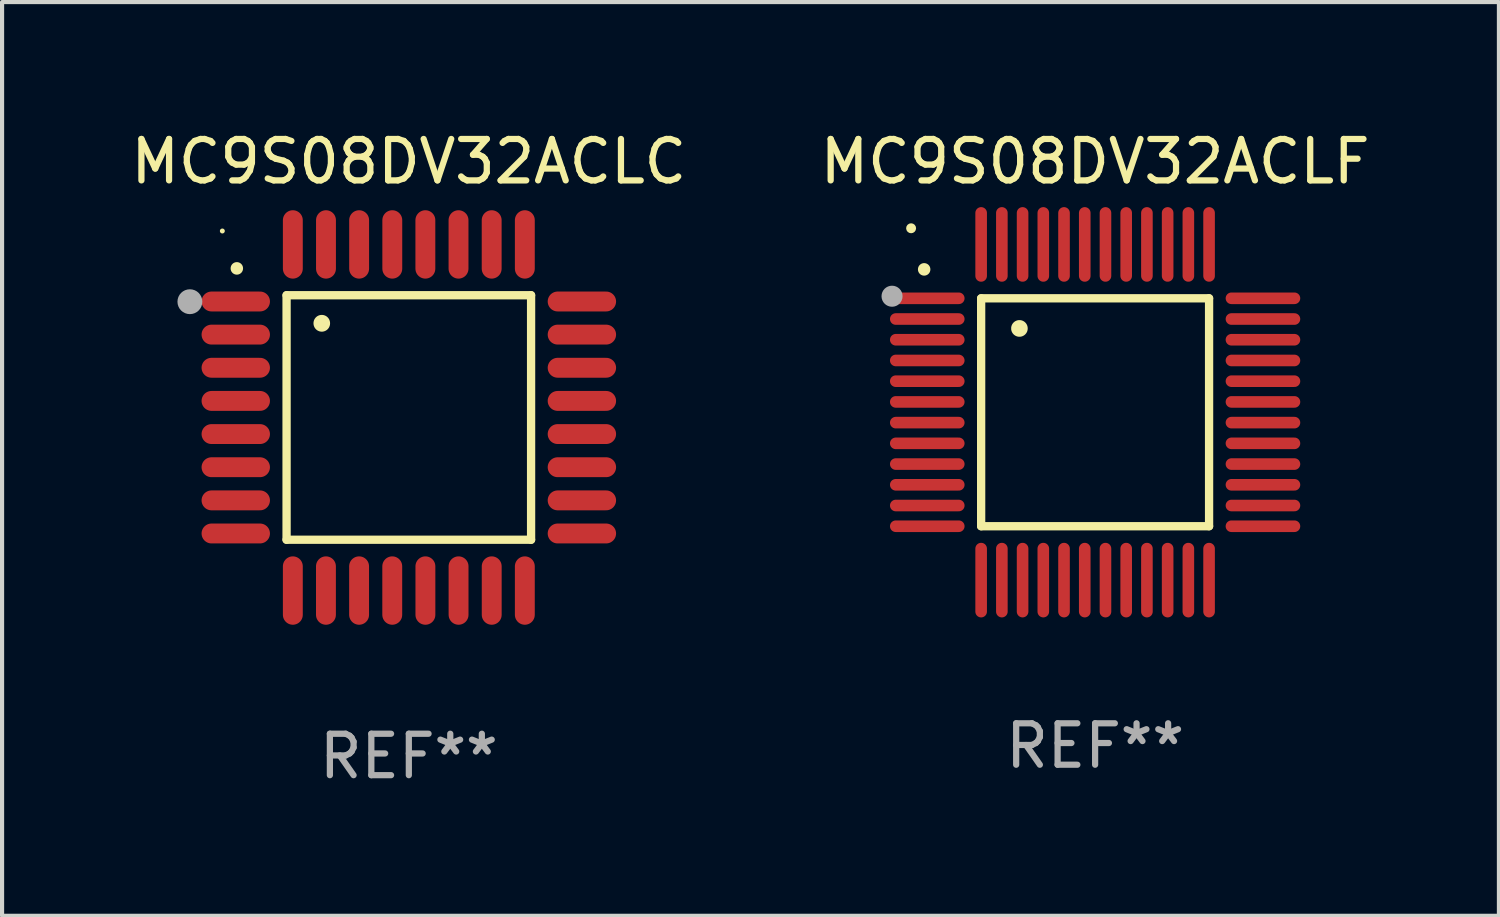
<source format=kicad_pcb>
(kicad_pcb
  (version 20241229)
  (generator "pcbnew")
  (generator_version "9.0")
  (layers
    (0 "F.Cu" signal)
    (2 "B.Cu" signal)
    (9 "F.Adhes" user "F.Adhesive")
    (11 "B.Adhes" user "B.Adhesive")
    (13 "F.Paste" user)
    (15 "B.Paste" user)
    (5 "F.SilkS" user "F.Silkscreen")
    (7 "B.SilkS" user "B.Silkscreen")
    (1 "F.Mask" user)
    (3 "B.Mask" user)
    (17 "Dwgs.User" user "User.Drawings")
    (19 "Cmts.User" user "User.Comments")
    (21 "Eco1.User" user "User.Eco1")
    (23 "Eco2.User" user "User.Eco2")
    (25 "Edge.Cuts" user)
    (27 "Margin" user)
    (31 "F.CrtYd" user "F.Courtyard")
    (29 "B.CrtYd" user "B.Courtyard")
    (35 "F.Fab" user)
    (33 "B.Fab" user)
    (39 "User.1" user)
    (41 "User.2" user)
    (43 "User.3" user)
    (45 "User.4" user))
  (footprint "MC9S08DV32ACLC"
    (layer "F.Cu")
    (at 6.815 7.024)
    (property "Reference" "MC9S08DV32ACLC" (at 0 -6.176 0) (layer "F.SilkS") (effects (font (size 1 1) (thickness 0.15))))
    (attr through_hole)
    (fp_line (start -2.95 -2.95) (end -2.95 2.95) (stroke (width 0.2) (type solid)) (layer "F.SilkS"))
    (fp_line (start -2.95 2.95) (end 2.95 2.95) (stroke (width 0.2) (type solid)) (layer "F.SilkS"))
    (fp_line (start 2.95 -2.95) (end -2.95 -2.95) (stroke (width 0.2) (type solid)) (layer "F.SilkS"))
    (fp_line (start 2.95 2.95) (end 2.95 -2.95) (stroke (width 0.2) (type solid)) (layer "F.SilkS"))
    (fp_arc (start -4.150178 -3.596622) (mid -4.150183 -3.597892) (end -4.150178 -3.599162) (stroke (width 0.3) (type solid)) (layer "F.SilkS"))
    (fp_arc (start -2.100394 -2.270739) (mid -2.10041 -2.273279) (end -2.100394 -2.275819) (stroke (width 0.4) (type solid)) (layer "F.SilkS"))
    (fp_circle (center -4.5 -4.5) (end -4.47 -4.5) (stroke (width 0.06) (type solid)) (fill no) (layer "F.SilkS"))
    (fp_circle (center -5.283 -2.794) (end -5.133 -2.794) (stroke (width 0.3) (type solid)) (fill no) (layer "F.Fab"))
    (fp_text user "REF**" (at 0 8.176 0) (layer "F.Fab") (effects (font (size 1 1) (thickness 0.15))))
    (pad "1" smd oval (at -4.176 -2.799 90) (size 0.48 1.65) (layers "F.Cu" "F.Mask" "F.Paste"))
    (pad "2" smd oval (at -4.176 -2 90) (size 0.48 1.65) (layers "F.Cu" "F.Mask" "F.Paste"))
    (pad "3" smd oval (at -4.176 -1.2 90) (size 0.48 1.65) (layers "F.Cu" "F.Mask" "F.Paste"))
    (pad "4" smd oval (at -4.176 -0.4 90) (size 0.48 1.65) (layers "F.Cu" "F.Mask" "F.Paste"))
    (pad "5" smd oval (at -4.176 0.4 90) (size 0.48 1.65) (layers "F.Cu" "F.Mask" "F.Paste"))
    (pad "6" smd oval (at -4.176 1.2 90) (size 0.48 1.65) (layers "F.Cu" "F.Mask" "F.Paste"))
    (pad "7" smd oval (at -4.176 2 90) (size 0.48 1.65) (layers "F.Cu" "F.Mask" "F.Paste"))
    (pad "8" smd oval (at -4.176 2.799 90) (size 0.48 1.65) (layers "F.Cu" "F.Mask" "F.Paste"))
    (pad "9" smd oval (at -2.799 4.176) (size 0.48 1.65) (layers "F.Cu" "F.Mask" "F.Paste"))
    (pad "10" smd oval (at -2 4.176) (size 0.48 1.65) (layers "F.Cu" "F.Mask" "F.Paste"))
    (pad "11" smd oval (at -1.2 4.176) (size 0.48 1.65) (layers "F.Cu" "F.Mask" "F.Paste"))
    (pad "12" smd oval (at -0.4 4.176) (size 0.48 1.65) (layers "F.Cu" "F.Mask" "F.Paste"))
    (pad "13" smd oval (at 0.4 4.176) (size 0.48 1.65) (layers "F.Cu" "F.Mask" "F.Paste"))
    (pad "14" smd oval (at 1.2 4.176) (size 0.48 1.65) (layers "F.Cu" "F.Mask" "F.Paste"))
    (pad "15" smd oval (at 2 4.176) (size 0.48 1.65) (layers "F.Cu" "F.Mask" "F.Paste"))
    (pad "16" smd oval (at 2.799 4.176) (size 0.48 1.65) (layers "F.Cu" "F.Mask" "F.Paste"))
    (pad "17" smd oval (at 4.176 2.799 90) (size 0.48 1.65) (layers "F.Cu" "F.Mask" "F.Paste"))
    (pad "18" smd oval (at 4.176 2 90) (size 0.48 1.65) (layers "F.Cu" "F.Mask" "F.Paste"))
    (pad "19" smd oval (at 4.176 1.2 90) (size 0.48 1.65) (layers "F.Cu" "F.Mask" "F.Paste"))
    (pad "20" smd oval (at 4.176 0.4 90) (size 0.48 1.65) (layers "F.Cu" "F.Mask" "F.Paste"))
    (pad "21" smd oval (at 4.176 -0.4 90) (size 0.48 1.65) (layers "F.Cu" "F.Mask" "F.Paste"))
    (pad "22" smd oval (at 4.176 -1.2 90) (size 0.48 1.65) (layers "F.Cu" "F.Mask" "F.Paste"))
    (pad "23" smd oval (at 4.176 -2 90) (size 0.48 1.65) (layers "F.Cu" "F.Mask" "F.Paste"))
    (pad "24" smd oval (at 4.176 -2.799 90) (size 0.48 1.65) (layers "F.Cu" "F.Mask" "F.Paste"))
    (pad "25" smd oval (at 2.799 -4.176) (size 0.48 1.65) (layers "F.Cu" "F.Mask" "F.Paste"))
    (pad "26" smd oval (at 1.999 -4.176) (size 0.48 1.65) (layers "F.Cu" "F.Mask" "F.Paste"))
    (pad "27" smd oval (at 1.199 -4.176) (size 0.48 1.65) (layers "F.Cu" "F.Mask" "F.Paste"))
    (pad "28" smd oval (at 0.399 -4.176) (size 0.48 1.65) (layers "F.Cu" "F.Mask" "F.Paste"))
    (pad "29" smd oval (at -0.399 -4.176) (size 0.48 1.65) (layers "F.Cu" "F.Mask" "F.Paste"))
    (pad "30" smd oval (at -1.199 -4.176) (size 0.48 1.65) (layers "F.Cu" "F.Mask" "F.Paste"))
    (pad "31" smd oval (at -1.999 -4.176) (size 0.48 1.65) (layers "F.Cu" "F.Mask" "F.Paste"))
    (pad "32" smd oval (at -2.799 -4.176) (size 0.48 1.65) (layers "F.Cu" "F.Mask" "F.Paste")))
  (footprint "MC9S08DV32ACLF"
    (layer "F.Cu")
    (at 23.375 6.898)
    (property "Reference" "MC9S08DV32ACLF" (at 0 -6.05 0) (layer "F.SilkS") (effects (font (size 1 1) (thickness 0.15))))
    (attr through_hole)
    (fp_line (start -2.75 -2.75) (end 2.75 -2.75) (stroke (width 0.2) (type solid)) (layer "F.SilkS"))
    (fp_line (start -2.75 2.75) (end -2.75 -2.75) (stroke (width 0.2) (type solid)) (layer "F.SilkS"))
    (fp_line (start 2.75 -2.75) (end 2.75 2.75) (stroke (width 0.2) (type solid)) (layer "F.SilkS"))
    (fp_line (start 2.75 2.75) (end -2.75 2.75) (stroke (width 0.2) (type solid)) (layer "F.SilkS"))
    (fp_arc (start -4.124968 -3.446787) (mid -4.124973 -3.448057) (end -4.124968 -3.449327) (stroke (width 0.3) (type solid)) (layer "F.SilkS"))
    (fp_arc (start -1.826264 -2.021844) (mid -1.826268 -2.023114) (end -1.826264 -2.024384) (stroke (width 0.4) (type solid)) (layer "F.SilkS"))
    (fp_circle (center -4.44 -4.44) (end -4.38 -4.44) (stroke (width 0.12) (type solid)) (fill no) (layer "F.SilkS"))
    (fp_circle (center -4.9 -2.8) (end -4.773 -2.8) (stroke (width 0.254) (type solid)) (fill no) (layer "F.Fab"))
    (fp_text user "REF**" (at 0 8.05 0) (layer "F.Fab") (effects (font (size 1 1) (thickness 0.15))))
    (pad "1" smd oval (at -4.05 -2.75 90) (size 0.28 1.8) (layers "F.Cu" "F.Mask" "F.Paste"))
    (pad "2" smd oval (at -4.05 -2.25 90) (size 0.28 1.8) (layers "F.Cu" "F.Mask" "F.Paste"))
    (pad "3" smd oval (at -4.05 -1.75 90) (size 0.28 1.8) (layers "F.Cu" "F.Mask" "F.Paste"))
    (pad "4" smd oval (at -4.05 -1.25 90) (size 0.28 1.8) (layers "F.Cu" "F.Mask" "F.Paste"))
    (pad "5" smd oval (at -4.05 -0.75 90) (size 0.28 1.8) (layers "F.Cu" "F.Mask" "F.Paste"))
    (pad "6" smd oval (at -4.05 -0.25 90) (size 0.28 1.8) (layers "F.Cu" "F.Mask" "F.Paste"))
    (pad "7" smd oval (at -4.05 0.25 90) (size 0.28 1.8) (layers "F.Cu" "F.Mask" "F.Paste"))
    (pad "8" smd oval (at -4.05 0.75 90) (size 0.28 1.8) (layers "F.Cu" "F.Mask" "F.Paste"))
    (pad "9" smd oval (at -4.05 1.25 90) (size 0.28 1.8) (layers "F.Cu" "F.Mask" "F.Paste"))
    (pad "10" smd oval (at -4.05 1.75 90) (size 0.28 1.8) (layers "F.Cu" "F.Mask" "F.Paste"))
    (pad "11" smd oval (at -4.05 2.25 90) (size 0.28 1.8) (layers "F.Cu" "F.Mask" "F.Paste"))
    (pad "12" smd oval (at -4.05 2.75 90) (size 0.28 1.8) (layers "F.Cu" "F.Mask" "F.Paste"))
    (pad "13" smd oval (at -2.75 4.05) (size 0.28 1.8) (layers "F.Cu" "F.Mask" "F.Paste"))
    (pad "14" smd oval (at -2.25 4.05) (size 0.28 1.8) (layers "F.Cu" "F.Mask" "F.Paste"))
    (pad "15" smd oval (at -1.75 4.05) (size 0.28 1.8) (layers "F.Cu" "F.Mask" "F.Paste"))
    (pad "16" smd oval (at -1.25 4.05) (size 0.28 1.8) (layers "F.Cu" "F.Mask" "F.Paste"))
    (pad "17" smd oval (at -0.75 4.05) (size 0.28 1.8) (layers "F.Cu" "F.Mask" "F.Paste"))
    (pad "18" smd oval (at -0.25 4.05) (size 0.28 1.8) (layers "F.Cu" "F.Mask" "F.Paste"))
    (pad "19" smd oval (at 0.25 4.05) (size 0.28 1.8) (layers "F.Cu" "F.Mask" "F.Paste"))
    (pad "20" smd oval (at 0.75 4.05) (size 0.28 1.8) (layers "F.Cu" "F.Mask" "F.Paste"))
    (pad "21" smd oval (at 1.25 4.05) (size 0.28 1.8) (layers "F.Cu" "F.Mask" "F.Paste"))
    (pad "22" smd oval (at 1.75 4.05) (size 0.28 1.8) (layers "F.Cu" "F.Mask" "F.Paste"))
    (pad "23" smd oval (at 2.25 4.05) (size 0.28 1.8) (layers "F.Cu" "F.Mask" "F.Paste"))
    (pad "24" smd oval (at 2.75 4.05) (size 0.28 1.8) (layers "F.Cu" "F.Mask" "F.Paste"))
    (pad "25" smd oval (at 4.05 2.75 90) (size 0.28 1.8) (layers "F.Cu" "F.Mask" "F.Paste"))
    (pad "26" smd oval (at 4.05 2.25 90) (size 0.28 1.8) (layers "F.Cu" "F.Mask" "F.Paste"))
    (pad "27" smd oval (at 4.05 1.75 90) (size 0.28 1.8) (layers "F.Cu" "F.Mask" "F.Paste"))
    (pad "28" smd oval (at 4.05 1.25 90) (size 0.28 1.8) (layers "F.Cu" "F.Mask" "F.Paste"))
    (pad "29" smd oval (at 4.05 0.75 90) (size 0.28 1.8) (layers "F.Cu" "F.Mask" "F.Paste"))
    (pad "30" smd oval (at 4.05 0.25 90) (size 0.28 1.8) (layers "F.Cu" "F.Mask" "F.Paste"))
    (pad "31" smd oval (at 4.05 -0.25 90) (size 0.28 1.8) (layers "F.Cu" "F.Mask" "F.Paste"))
    (pad "32" smd oval (at 4.05 -0.75 90) (size 0.28 1.8) (layers "F.Cu" "F.Mask" "F.Paste"))
    (pad "33" smd oval (at 4.05 -1.25 90) (size 0.28 1.8) (layers "F.Cu" "F.Mask" "F.Paste"))
    (pad "34" smd oval (at 4.05 -1.75 90) (size 0.28 1.8) (layers "F.Cu" "F.Mask" "F.Paste"))
    (pad "35" smd oval (at 4.05 -2.25 90) (size 0.28 1.8) (layers "F.Cu" "F.Mask" "F.Paste"))
    (pad "36" smd oval (at 4.05 -2.75 90) (size 0.28 1.8) (layers "F.Cu" "F.Mask" "F.Paste"))
    (pad "37" smd oval (at 2.75 -4.05) (size 0.28 1.8) (layers "F.Cu" "F.Mask" "F.Paste"))
    (pad "38" smd oval (at 2.25 -4.05) (size 0.28 1.8) (layers "F.Cu" "F.Mask" "F.Paste"))
    (pad "39" smd oval (at 1.75 -4.05) (size 0.28 1.8) (layers "F.Cu" "F.Mask" "F.Paste"))
    (pad "40" smd oval (at 1.25 -4.05) (size 0.28 1.8) (layers "F.Cu" "F.Mask" "F.Paste"))
    (pad "41" smd oval (at 0.75 -4.05) (size 0.28 1.8) (layers "F.Cu" "F.Mask" "F.Paste"))
    (pad "42" smd oval (at 0.25 -4.05) (size 0.28 1.8) (layers "F.Cu" "F.Mask" "F.Paste"))
    (pad "43" smd oval (at -0.25 -4.05) (size 0.28 1.8) (layers "F.Cu" "F.Mask" "F.Paste"))
    (pad "44" smd oval (at -0.75 -4.05) (size 0.28 1.8) (layers "F.Cu" "F.Mask" "F.Paste"))
    (pad "45" smd oval (at -1.25 -4.05) (size 0.28 1.8) (layers "F.Cu" "F.Mask" "F.Paste"))
    (pad "46" smd oval (at -1.75 -4.05) (size 0.28 1.8) (layers "F.Cu" "F.Mask" "F.Paste"))
    (pad "47" smd oval (at -2.25 -4.05) (size 0.28 1.8) (layers "F.Cu" "F.Mask" "F.Paste"))
    (pad "48" smd oval (at -2.75 -4.05) (size 0.28 1.8) (layers "F.Cu" "F.Mask" "F.Paste")))
  (gr_rect
    (start -3 -3)
    (end 33.119 19.048)
    (stroke (width 0.1) (type default))
    (fill no)
    (layer "Edge.Cuts")))
</source>
